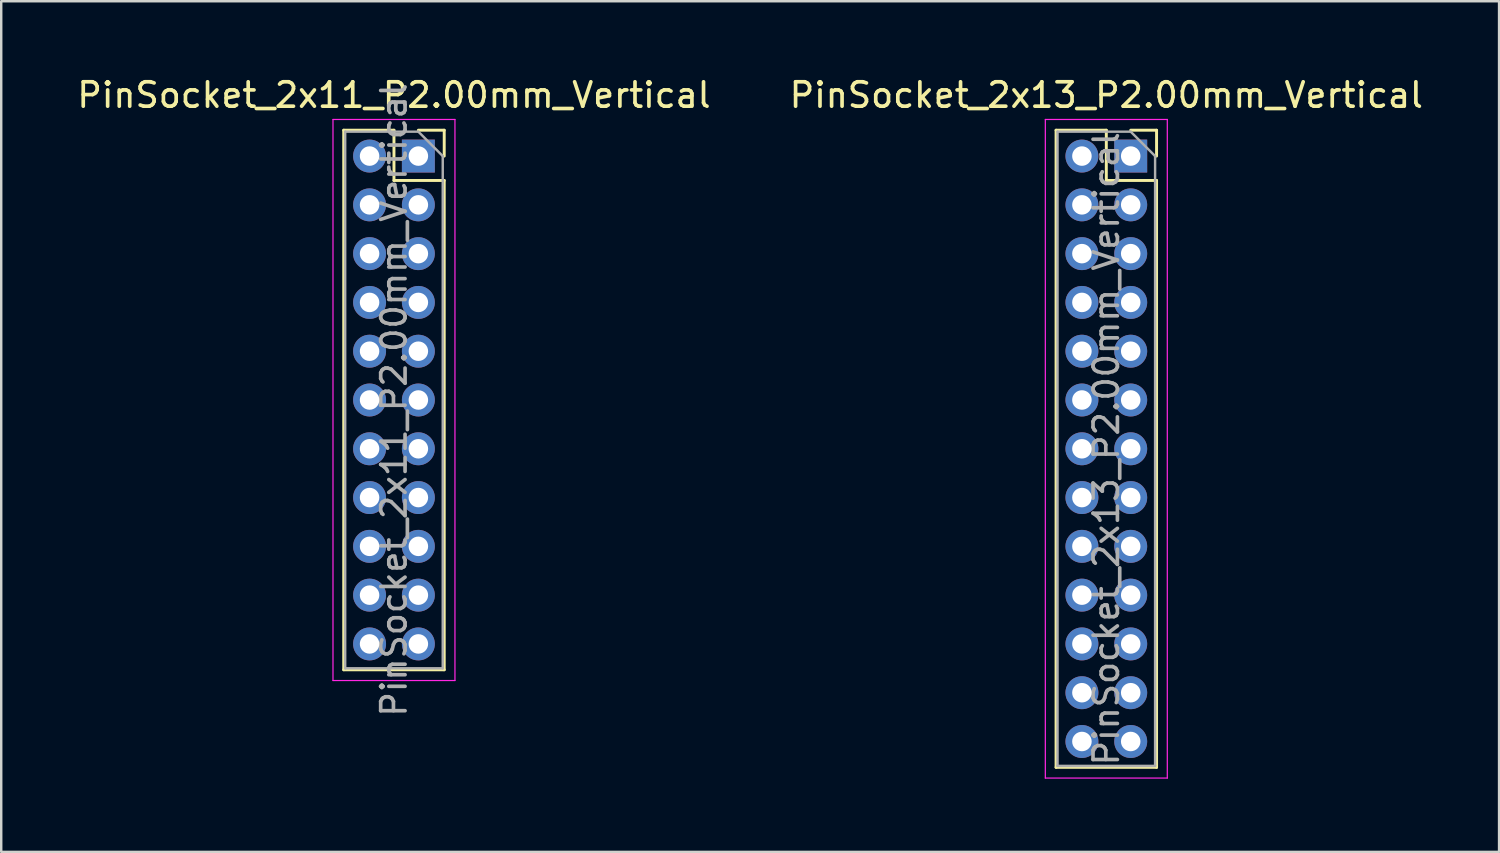
<source format=kicad_pcb>
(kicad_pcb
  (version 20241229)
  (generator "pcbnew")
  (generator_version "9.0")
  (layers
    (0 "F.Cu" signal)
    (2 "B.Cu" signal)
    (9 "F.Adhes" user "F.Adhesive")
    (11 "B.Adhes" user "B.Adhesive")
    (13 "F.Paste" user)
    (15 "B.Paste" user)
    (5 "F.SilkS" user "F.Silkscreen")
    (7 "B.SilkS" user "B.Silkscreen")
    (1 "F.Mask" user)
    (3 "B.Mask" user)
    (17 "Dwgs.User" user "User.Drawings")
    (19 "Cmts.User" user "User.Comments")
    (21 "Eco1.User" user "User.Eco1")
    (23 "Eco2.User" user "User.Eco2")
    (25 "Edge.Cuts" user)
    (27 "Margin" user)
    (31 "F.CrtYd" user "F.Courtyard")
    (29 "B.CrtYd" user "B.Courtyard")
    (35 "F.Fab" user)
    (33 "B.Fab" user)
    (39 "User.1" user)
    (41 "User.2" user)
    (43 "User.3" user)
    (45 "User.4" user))
  (footprint "PinSocket_2x11_P2.00mm_Vertical"
    (layer "F.Cu")
    (at 14.101 3.348)
    (property "Reference" "PinSocket_2x11_P2.00mm_Vertical" (at -1 -2.5 0) (layer "F.SilkS") (effects (font (size 1 1) (thickness 0.15))))
    (attr through_hole)
    (fp_line (start -3.06 -1.06) (end -3.06 21.06) (stroke (width 0.12) (type solid)) (layer "F.SilkS"))
    (fp_line (start -3.06 -1.06) (end -1 -1.06) (stroke (width 0.12) (type solid)) (layer "F.SilkS"))
    (fp_line (start -3.06 21.06) (end 1.06 21.06) (stroke (width 0.12) (type solid)) (layer "F.SilkS"))
    (fp_line (start -1 -1.06) (end -1 1) (stroke (width 0.12) (type solid)) (layer "F.SilkS"))
    (fp_line (start -1 1) (end 1.06 1) (stroke (width 0.12) (type solid)) (layer "F.SilkS"))
    (fp_line (start 0 -1.06) (end 1.06 -1.06) (stroke (width 0.12) (type solid)) (layer "F.SilkS"))
    (fp_line (start 1.06 -1.06) (end 1.06 0) (stroke (width 0.12) (type solid)) (layer "F.SilkS"))
    (fp_line (start 1.06 1) (end 1.06 21.06) (stroke (width 0.12) (type solid)) (layer "F.SilkS"))
    (fp_line (start -3.5 -1.5) (end 1.5 -1.5) (stroke (width 0.05) (type solid)) (layer "F.CrtYd"))
    (fp_line (start -3.5 21.5) (end -3.5 -1.5) (stroke (width 0.05) (type solid)) (layer "F.CrtYd"))
    (fp_line (start 1.5 -1.5) (end 1.5 21.5) (stroke (width 0.05) (type solid)) (layer "F.CrtYd"))
    (fp_line (start 1.5 21.5) (end -3.5 21.5) (stroke (width 0.05) (type solid)) (layer "F.CrtYd"))
    (fp_line (start -3 -1) (end 0 -1) (stroke (width 0.1) (type solid)) (layer "F.Fab"))
    (fp_line (start -3 21) (end -3 -1) (stroke (width 0.1) (type solid)) (layer "F.Fab"))
    (fp_line (start 0 -1) (end 1 0) (stroke (width 0.1) (type solid)) (layer "F.Fab"))
    (fp_line (start 1 0) (end 1 21) (stroke (width 0.1) (type solid)) (layer "F.Fab"))
    (fp_line (start 1 21) (end -3 21) (stroke (width 0.1) (type solid)) (layer "F.Fab"))
    (fp_text user "${REFERENCE}" (at -1 10 90) (layer "F.Fab") (effects (font (size 1 1) (thickness 0.15))))
    (pad "1" thru_hole rect (at 0 0) (size 1.35 1.35) (drill 0.8) (layers "*.Cu" "*.Mask"))
    (pad "2" thru_hole oval (at -2 0) (size 1.35 1.35) (drill 0.8) (layers "*.Cu" "*.Mask"))
    (pad "3" thru_hole oval (at 0 2) (size 1.35 1.35) (drill 0.8) (layers "*.Cu" "*.Mask"))
    (pad "4" thru_hole oval (at -2 2) (size 1.35 1.35) (drill 0.8) (layers "*.Cu" "*.Mask"))
    (pad "5" thru_hole oval (at 0 4) (size 1.35 1.35) (drill 0.8) (layers "*.Cu" "*.Mask"))
    (pad "6" thru_hole oval (at -2 4) (size 1.35 1.35) (drill 0.8) (layers "*.Cu" "*.Mask"))
    (pad "7" thru_hole oval (at 0 6) (size 1.35 1.35) (drill 0.8) (layers "*.Cu" "*.Mask"))
    (pad "8" thru_hole oval (at -2 6) (size 1.35 1.35) (drill 0.8) (layers "*.Cu" "*.Mask"))
    (pad "9" thru_hole oval (at 0 8) (size 1.35 1.35) (drill 0.8) (layers "*.Cu" "*.Mask"))
    (pad "10" thru_hole oval (at -2 8) (size 1.35 1.35) (drill 0.8) (layers "*.Cu" "*.Mask"))
    (pad "11" thru_hole oval (at 0 10) (size 1.35 1.35) (drill 0.8) (layers "*.Cu" "*.Mask"))
    (pad "12" thru_hole oval (at -2 10) (size 1.35 1.35) (drill 0.8) (layers "*.Cu" "*.Mask"))
    (pad "13" thru_hole oval (at 0 12) (size 1.35 1.35) (drill 0.8) (layers "*.Cu" "*.Mask"))
    (pad "14" thru_hole oval (at -2 12) (size 1.35 1.35) (drill 0.8) (layers "*.Cu" "*.Mask"))
    (pad "15" thru_hole oval (at 0 14) (size 1.35 1.35) (drill 0.8) (layers "*.Cu" "*.Mask"))
    (pad "16" thru_hole oval (at -2 14) (size 1.35 1.35) (drill 0.8) (layers "*.Cu" "*.Mask"))
    (pad "17" thru_hole oval (at 0 16) (size 1.35 1.35) (drill 0.8) (layers "*.Cu" "*.Mask"))
    (pad "18" thru_hole oval (at -2 16) (size 1.35 1.35) (drill 0.8) (layers "*.Cu" "*.Mask"))
    (pad "19" thru_hole oval (at 0 18) (size 1.35 1.35) (drill 0.8) (layers "*.Cu" "*.Mask"))
    (pad "20" thru_hole oval (at -2 18) (size 1.35 1.35) (drill 0.8) (layers "*.Cu" "*.Mask"))
    (pad "21" thru_hole oval (at 0 20) (size 1.35 1.35) (drill 0.8) (layers "*.Cu" "*.Mask"))
    (pad "22" thru_hole oval (at -2 20) (size 1.35 1.35) (drill 0.8) (layers "*.Cu" "*.Mask")))
  (footprint "PinSocket_2x13_P2.00mm_Vertical"
    (layer "F.Cu")
    (at 43.304 3.348)
    (property "Reference" "PinSocket_2x13_P2.00mm_Vertical" (at -1 -2.5 0) (layer "F.SilkS") (effects (font (size 1 1) (thickness 0.15))))
    (attr through_hole)
    (fp_line (start -3.06 -1.06) (end -3.06 25.06) (stroke (width 0.12) (type solid)) (layer "F.SilkS"))
    (fp_line (start -3.06 -1.06) (end -1 -1.06) (stroke (width 0.12) (type solid)) (layer "F.SilkS"))
    (fp_line (start -3.06 25.06) (end 1.06 25.06) (stroke (width 0.12) (type solid)) (layer "F.SilkS"))
    (fp_line (start -1 -1.06) (end -1 1) (stroke (width 0.12) (type solid)) (layer "F.SilkS"))
    (fp_line (start -1 1) (end 1.06 1) (stroke (width 0.12) (type solid)) (layer "F.SilkS"))
    (fp_line (start 0 -1.06) (end 1.06 -1.06) (stroke (width 0.12) (type solid)) (layer "F.SilkS"))
    (fp_line (start 1.06 -1.06) (end 1.06 0) (stroke (width 0.12) (type solid)) (layer "F.SilkS"))
    (fp_line (start 1.06 1) (end 1.06 25.06) (stroke (width 0.12) (type solid)) (layer "F.SilkS"))
    (fp_line (start -3.5 -1.5) (end 1.5 -1.5) (stroke (width 0.05) (type solid)) (layer "F.CrtYd"))
    (fp_line (start -3.5 25.5) (end -3.5 -1.5) (stroke (width 0.05) (type solid)) (layer "F.CrtYd"))
    (fp_line (start 1.5 -1.5) (end 1.5 25.5) (stroke (width 0.05) (type solid)) (layer "F.CrtYd"))
    (fp_line (start 1.5 25.5) (end -3.5 25.5) (stroke (width 0.05) (type solid)) (layer "F.CrtYd"))
    (fp_line (start -3 -1) (end 0 -1) (stroke (width 0.1) (type solid)) (layer "F.Fab"))
    (fp_line (start -3 25) (end -3 -1) (stroke (width 0.1) (type solid)) (layer "F.Fab"))
    (fp_line (start 0 -1) (end 1 0) (stroke (width 0.1) (type solid)) (layer "F.Fab"))
    (fp_line (start 1 0) (end 1 25) (stroke (width 0.1) (type solid)) (layer "F.Fab"))
    (fp_line (start 1 25) (end -3 25) (stroke (width 0.1) (type solid)) (layer "F.Fab"))
    (fp_text user "${REFERENCE}" (at -1 12 90) (layer "F.Fab") (effects (font (size 1 1) (thickness 0.15))))
    (pad "1" thru_hole rect (at 0 0) (size 1.35 1.35) (drill 0.8) (layers "*.Cu" "*.Mask"))
    (pad "2" thru_hole oval (at -2 0) (size 1.35 1.35) (drill 0.8) (layers "*.Cu" "*.Mask"))
    (pad "3" thru_hole oval (at 0 2) (size 1.35 1.35) (drill 0.8) (layers "*.Cu" "*.Mask"))
    (pad "4" thru_hole oval (at -2 2) (size 1.35 1.35) (drill 0.8) (layers "*.Cu" "*.Mask"))
    (pad "5" thru_hole oval (at 0 4) (size 1.35 1.35) (drill 0.8) (layers "*.Cu" "*.Mask"))
    (pad "6" thru_hole oval (at -2 4) (size 1.35 1.35) (drill 0.8) (layers "*.Cu" "*.Mask"))
    (pad "7" thru_hole oval (at 0 6) (size 1.35 1.35) (drill 0.8) (layers "*.Cu" "*.Mask"))
    (pad "8" thru_hole oval (at -2 6) (size 1.35 1.35) (drill 0.8) (layers "*.Cu" "*.Mask"))
    (pad "9" thru_hole oval (at 0 8) (size 1.35 1.35) (drill 0.8) (layers "*.Cu" "*.Mask"))
    (pad "10" thru_hole oval (at -2 8) (size 1.35 1.35) (drill 0.8) (layers "*.Cu" "*.Mask"))
    (pad "11" thru_hole oval (at 0 10) (size 1.35 1.35) (drill 0.8) (layers "*.Cu" "*.Mask"))
    (pad "12" thru_hole oval (at -2 10) (size 1.35 1.35) (drill 0.8) (layers "*.Cu" "*.Mask"))
    (pad "13" thru_hole oval (at 0 12) (size 1.35 1.35) (drill 0.8) (layers "*.Cu" "*.Mask"))
    (pad "14" thru_hole oval (at -2 12) (size 1.35 1.35) (drill 0.8) (layers "*.Cu" "*.Mask"))
    (pad "15" thru_hole oval (at 0 14) (size 1.35 1.35) (drill 0.8) (layers "*.Cu" "*.Mask"))
    (pad "16" thru_hole oval (at -2 14) (size 1.35 1.35) (drill 0.8) (layers "*.Cu" "*.Mask"))
    (pad "17" thru_hole oval (at 0 16) (size 1.35 1.35) (drill 0.8) (layers "*.Cu" "*.Mask"))
    (pad "18" thru_hole oval (at -2 16) (size 1.35 1.35) (drill 0.8) (layers "*.Cu" "*.Mask"))
    (pad "19" thru_hole oval (at 0 18) (size 1.35 1.35) (drill 0.8) (layers "*.Cu" "*.Mask"))
    (pad "20" thru_hole oval (at -2 18) (size 1.35 1.35) (drill 0.8) (layers "*.Cu" "*.Mask"))
    (pad "21" thru_hole oval (at 0 20) (size 1.35 1.35) (drill 0.8) (layers "*.Cu" "*.Mask"))
    (pad "22" thru_hole oval (at -2 20) (size 1.35 1.35) (drill 0.8) (layers "*.Cu" "*.Mask"))
    (pad "23" thru_hole oval (at 0 22) (size 1.35 1.35) (drill 0.8) (layers "*.Cu" "*.Mask"))
    (pad "24" thru_hole oval (at -2 22) (size 1.35 1.35) (drill 0.8) (layers "*.Cu" "*.Mask"))
    (pad "25" thru_hole oval (at 0 24) (size 1.35 1.35) (drill 0.8) (layers "*.Cu" "*.Mask"))
    (pad "26" thru_hole oval (at -2 24) (size 1.35 1.35) (drill 0.8) (layers "*.Cu" "*.Mask")))
  (gr_rect
    (start -3 -3)
    (end 58.405 31.873)
    (stroke (width 0.1) (type default))
    (fill no)
    (layer "Edge.Cuts")))
</source>
